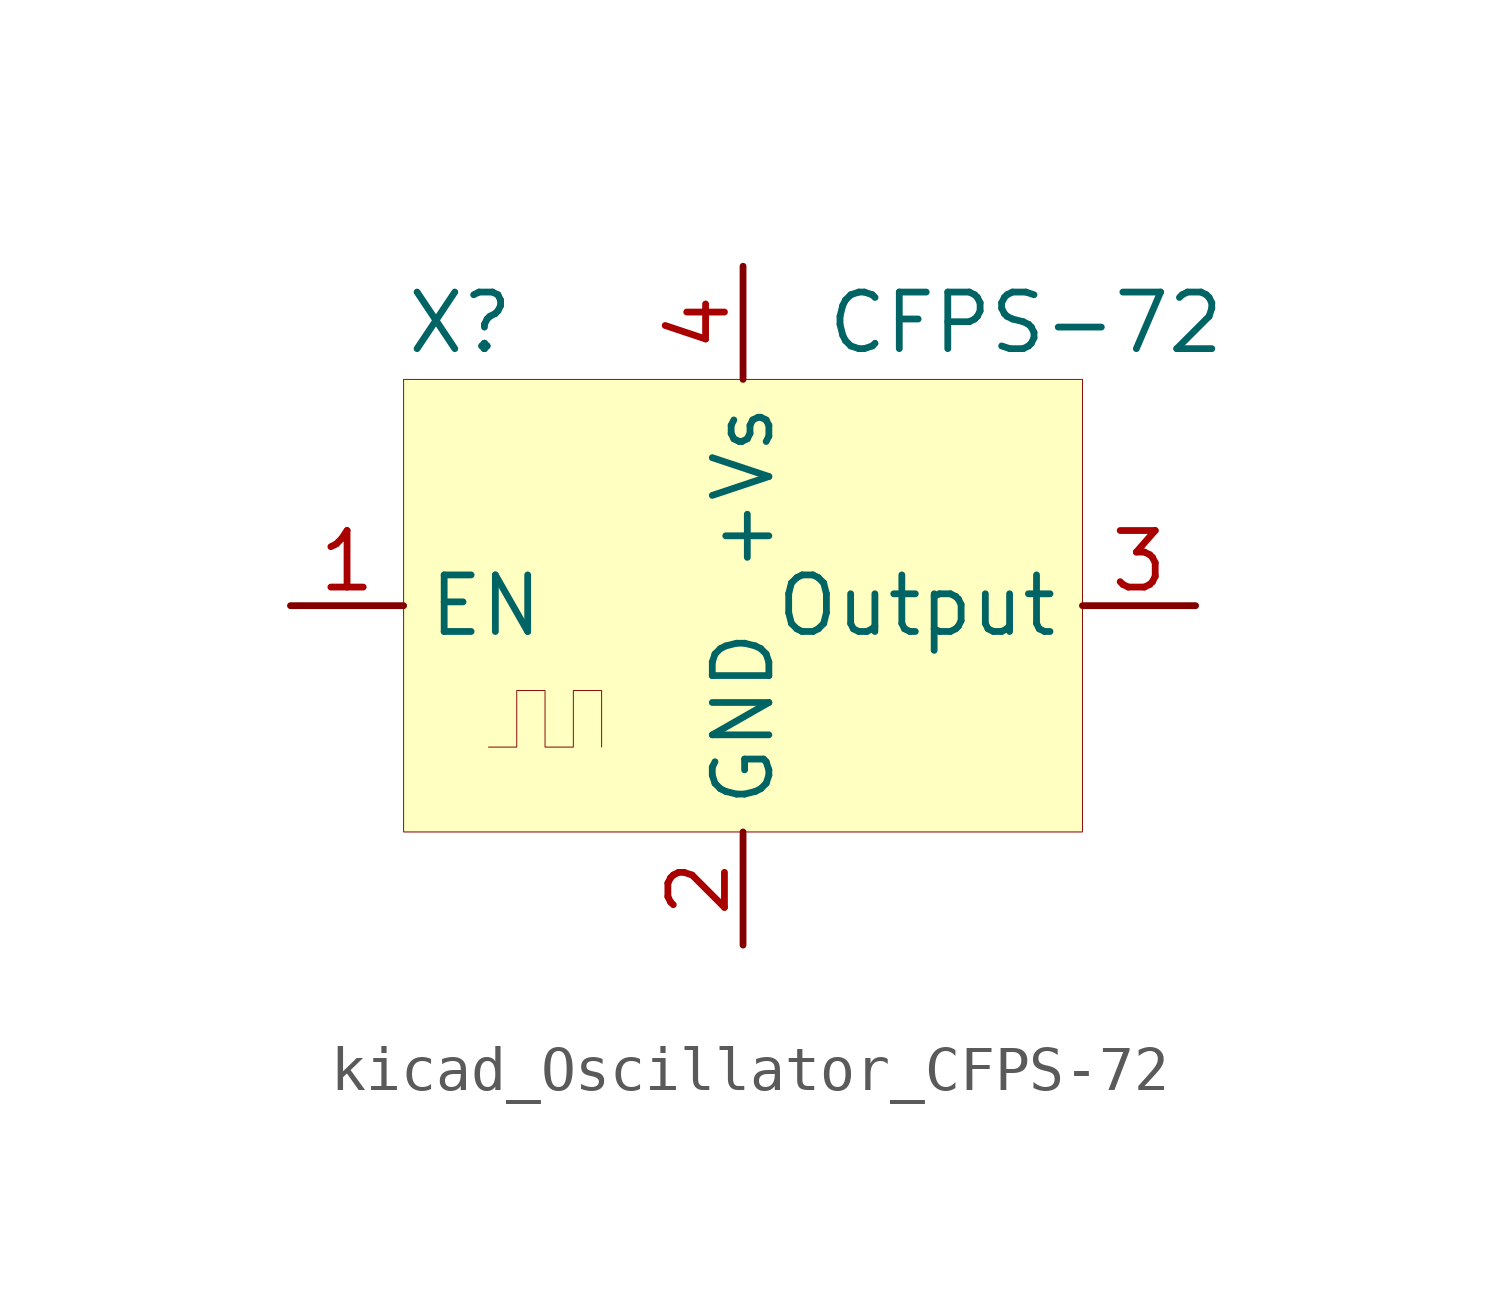
<source format=kicad_sym>
(kicad_symbol_lib
  (version 20220914)
  (generator kicad_symbol_editor)
  (symbol "kicad_Oscillator_CFPS-72"
    (property "Reference" "X"
      (at -6.35 6.35 0)
      (effects (font (size 1.27 1.27))))
    (property "Value" "CFPS-72"
      (at 6.35 6.35 0)
      (effects (font (size 1.27 1.27))))
    (symbol "kicad_Oscillator_CFPS-72_0_1"
      (rectangle (start -7.62 5.08) (end 7.62 -5.08) (stroke (width 0.001) (type default)) (fill (type background)))
      (polyline (pts (xy -5.715 -3.175) (xy -5.08 -3.175) (xy -5.08 -1.905) (xy -4.445 -1.905) (xy -4.445 -3.175) (xy -3.81 -3.175) (xy -3.81 -1.905) (xy -3.175 -1.905) (xy -3.175 -3.175)) (stroke (width 0.001) (type default)) (fill (type none))))
    (symbol "kicad_Oscillator_CFPS-72_1_1"
      (pin input line (at -10.16 0 0) (length 2.54) (name "EN" (effects (font (size 1.27 1.27)))) (number "1" (effects (font (size 1.27 1.27)))))
      (pin power_in line (at 0 -7.62 90) (length 2.54) (name "GND" (effects (font (size 1.27 1.27)))) (number "2" (effects (font (size 1.27 1.27)))))
      (pin output line (at 10.16 0 180) (length 2.54) (name "Output" (effects (font (size 1.27 1.27)))) (number "3" (effects (font (size 1.27 1.27)))))
      (pin power_in line (at 0 7.62 270) (length 2.54) (name "+Vs" (effects (font (size 1.27 1.27)))) (number "4" (effects (font (size 1.27 1.27))))))))
</source>
